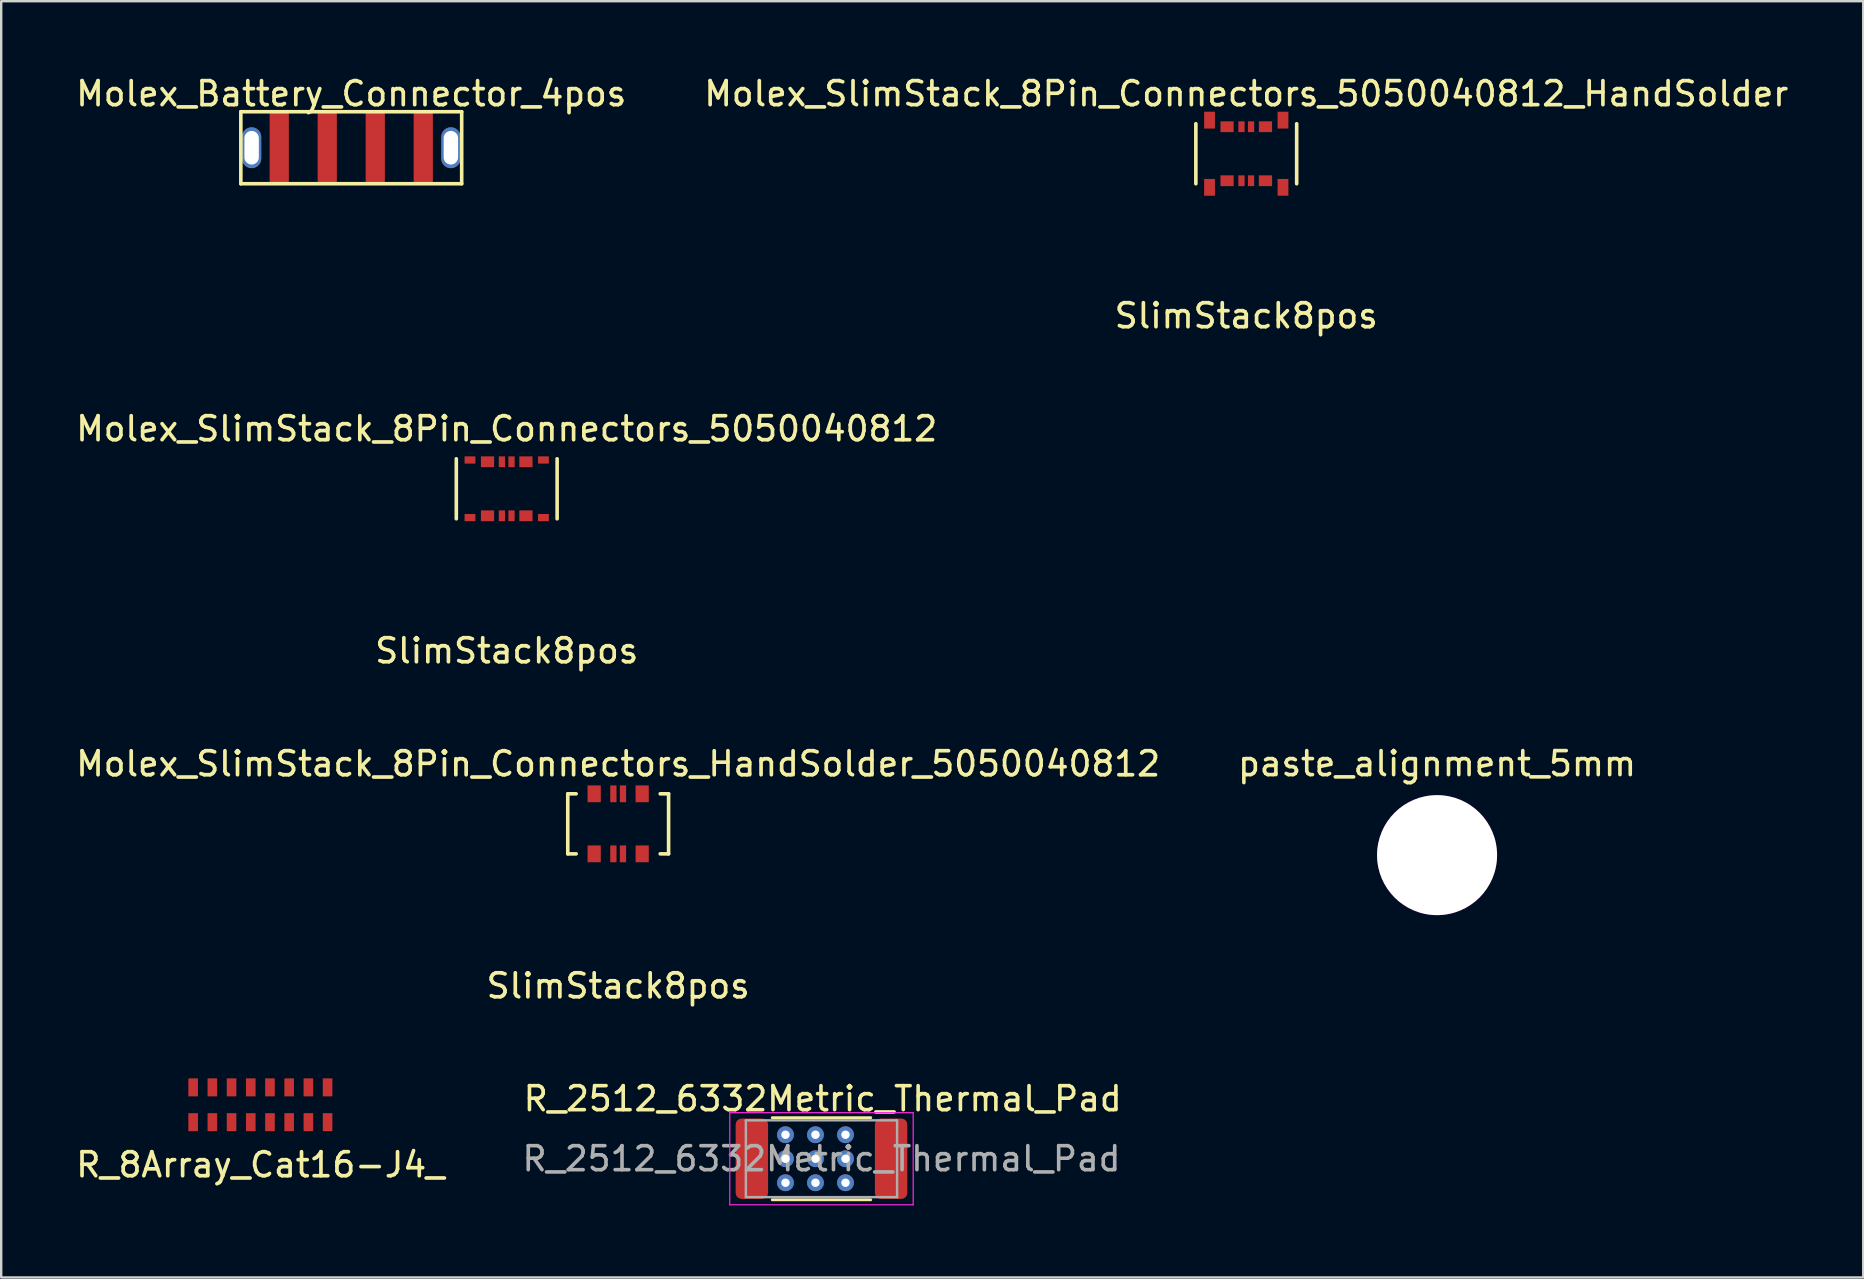
<source format=kicad_pcb>
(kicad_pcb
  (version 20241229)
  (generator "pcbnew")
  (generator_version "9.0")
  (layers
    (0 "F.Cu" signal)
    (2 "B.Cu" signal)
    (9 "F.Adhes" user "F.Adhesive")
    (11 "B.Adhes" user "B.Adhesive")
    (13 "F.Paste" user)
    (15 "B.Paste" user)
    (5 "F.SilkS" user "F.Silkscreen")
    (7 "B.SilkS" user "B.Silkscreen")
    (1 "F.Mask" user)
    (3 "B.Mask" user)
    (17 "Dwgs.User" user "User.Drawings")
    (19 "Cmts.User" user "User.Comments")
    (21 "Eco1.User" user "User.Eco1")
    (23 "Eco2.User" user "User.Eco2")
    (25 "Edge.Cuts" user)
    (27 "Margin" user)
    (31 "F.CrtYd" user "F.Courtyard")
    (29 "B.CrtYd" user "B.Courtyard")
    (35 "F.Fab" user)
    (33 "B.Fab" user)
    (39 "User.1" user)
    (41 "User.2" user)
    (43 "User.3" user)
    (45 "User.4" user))
  (footprint "Molex_Battery_Connector_4pos"
    (layer "F.Cu")
    (at 11.582 3.104)
    (property "Reference" "Molex_Battery_Connector_4pos" (at 0 -2.25 0) (layer "F.SilkS") (effects (font (size 1 1) (thickness 0.153))))
    (attr through_hole)
    (fp_line (start -4.6 -1.5) (end -4.6 1.5) (stroke (width 0.15) (type solid)) (layer "F.SilkS"))
    (fp_line (start -4.6 1.5) (end 4.6 1.5) (stroke (width 0.15) (type solid)) (layer "F.SilkS"))
    (fp_line (start 4.6 -1.5) (end -4.6 -1.5) (stroke (width 0.15) (type solid)) (layer "F.SilkS"))
    (fp_line (start 4.6 1.5) (end 4.6 -1.5) (stroke (width 0.15) (type solid)) (layer "F.SilkS"))
    (pad "1" smd rect (at -3 0) (size 0.8 2.9) (layers "F.Cu" "F.Mask" "F.Paste"))
    (pad "2" smd rect (at -1 0) (size 0.8 2.9) (layers "F.Cu" "F.Mask" "F.Paste"))
    (pad "3" smd rect (at 1 0) (size 0.8 2.9) (layers "F.Cu" "F.Mask" "F.Paste"))
    (pad "4" smd rect (at 3 0) (size 0.8 2.9) (layers "F.Cu" "F.Mask" "F.Paste"))
    (pad "6" thru_hole oval (at -4.15 0 90) (size 1.7 0.8) (drill oval 1.4 0.6) (layers "*.Cu" "*.Mask"))
    (pad "6" thru_hole oval (at 4.15 0 90) (size 1.7 0.8) (drill oval 1.4 0.6) (layers "*.Cu" "*.Mask")))
  (footprint "Molex_SlimStack_8Pin_Connectors_5050040812_HandSolder"
    (layer "F.Cu")
    (at 48.865 3.354)
    (property "Reference" "Molex_SlimStack_8Pin_Connectors_5050040812_HandSolder" (at 0 -2.5 0) (layer "F.SilkS") (effects (font (size 1 1) (thickness 0.153))))
    (attr through_hole)
    (fp_line (start -2.1 1.25) (end -2.1 -1.25) (stroke (width 0.15) (type solid)) (layer "F.SilkS"))
    (fp_line (start 2.1 -1.25) (end 2.1 1.25) (stroke (width 0.15) (type solid)) (layer "F.SilkS"))
    (fp_text user "SlimStack8pos" (at 0 6.75 0) (layer "F.SilkS") (effects (font (size 1 1) (thickness 0.153))))
    (pad "1" smd rect (at -0.8 1.125) (size 0.55 0.45) (layers "F.Cu" "F.Mask" "F.Paste"))
    (pad "2" smd rect (at -0.2 1.125) (size 0.26 0.45) (layers "F.Cu" "F.Mask" "F.Paste"))
    (pad "3" smd rect (at 0.2 1.125) (size 0.26 0.45) (layers "F.Cu" "F.Mask" "F.Paste"))
    (pad "4" smd rect (at 0.8 1.125) (size 0.55 0.45) (layers "F.Cu" "F.Mask" "F.Paste"))
    (pad "5" smd rect (at 0.8 -1.125) (size 0.55 0.45) (layers "F.Cu" "F.Mask" "F.Paste"))
    (pad "6" smd rect (at 0.2 -1.125) (size 0.26 0.45) (layers "F.Cu" "F.Mask" "F.Paste"))
    (pad "7" smd rect (at -0.2 -1.125) (size 0.26 0.45) (layers "F.Cu" "F.Mask" "F.Paste"))
    (pad "8" smd rect (at -0.8 -1.125) (size 0.55 0.45) (layers "F.Cu" "F.Mask" "F.Paste"))
    (pad "9" smd rect (at -1.53 -1.4) (size 0.45 0.7) (layers "F.Cu" "F.Mask" "F.Paste"))
    (pad "9" smd rect (at -1.53 1.4) (size 0.45 0.7) (layers "F.Cu" "F.Mask" "F.Paste"))
    (pad "9" smd rect (at 1.53 -1.4) (size 0.45 0.7) (layers "F.Cu" "F.Mask" "F.Paste"))
    (pad "9" smd rect (at 1.53 1.4) (size 0.45 0.7) (layers "F.Cu" "F.Mask" "F.Paste")))
  (footprint "R_8Array_Cat16-J4_"
    (layer "F.Cu")
    (at 7.796 42.971)
    (property "Reference" "R_8Array_Cat16-J4_" (at 0 2.5 0) (layer "F.SilkS") (effects (font (size 1 1) (thickness 0.153))))
    (attr through_hole)
    (pad "1" smd rect (at -2.8 -0.725) (size 0.4 0.75) (layers "F.Cu" "F.Mask" "F.Paste"))
    (pad "2" smd rect (at -2 -0.725) (size 0.4 0.75) (layers "F.Cu" "F.Mask" "F.Paste"))
    (pad "3" smd rect (at -1.2 -0.725) (size 0.4 0.75) (layers "F.Cu" "F.Mask" "F.Paste"))
    (pad "4" smd rect (at -0.4 -0.725) (size 0.4 0.75) (layers "F.Cu" "F.Mask" "F.Paste"))
    (pad "5" smd rect (at 0.4 -0.725) (size 0.4 0.75) (layers "F.Cu" "F.Mask" "F.Paste"))
    (pad "6" smd rect (at 1.2 -0.725) (size 0.4 0.75) (layers "F.Cu" "F.Mask" "F.Paste"))
    (pad "7" smd rect (at 2 -0.725) (size 0.4 0.75) (layers "F.Cu" "F.Mask" "F.Paste"))
    (pad "8" smd rect (at 2.8 -0.725) (size 0.4 0.75) (layers "F.Cu" "F.Mask" "F.Paste"))
    (pad "9" smd rect (at 2.8 0.725) (size 0.4 0.75) (layers "F.Cu" "F.Mask" "F.Paste"))
    (pad "10" smd rect (at 2 0.725) (size 0.4 0.75) (layers "F.Cu" "F.Mask" "F.Paste"))
    (pad "11" smd rect (at 1.2 0.725) (size 0.4 0.75) (layers "F.Cu" "F.Mask" "F.Paste"))
    (pad "12" smd rect (at 0.4 0.725) (size 0.4 0.75) (layers "F.Cu" "F.Mask" "F.Paste"))
    (pad "13" smd rect (at -0.4 0.725) (size 0.4 0.75) (layers "F.Cu" "F.Mask" "F.Paste"))
    (pad "14" smd rect (at -1.2 0.725) (size 0.4 0.75) (layers "F.Cu" "F.Mask" "F.Paste"))
    (pad "15" smd rect (at -2 0.725) (size 0.4 0.75) (layers "F.Cu" "F.Mask" "F.Paste"))
    (pad "16" smd rect (at -2.8 0.725) (size 0.4 0.75) (layers "F.Cu" "F.Mask" "F.Paste")))
  (footprint "paste_alignment_5mm"
    (layer "F.Cu")
    (at 56.813 32.572)
    (property "Reference" "paste_alignment_5mm" (at 0 -3.81 0) (layer "F.SilkS") (effects (font (size 1 1) (thickness 0.15))))
    (attr through_hole)
    (pad "" np_thru_hole circle (at 0 0) (size 5 5) (drill 5) (layers "*.Cu" "*.Adhes" "*.Paste" "*.Mask")))
  (footprint "Molex_SlimStack_8Pin_Connectors_5050040812"
    (layer "F.Cu")
    (at 18.058 17.311)
    (property "Reference" "Molex_SlimStack_8Pin_Connectors_5050040812" (at 0 -2.5 0) (layer "F.SilkS") (effects (font (size 1 1) (thickness 0.153))))
    (attr through_hole)
    (fp_line (start -2.1 1.25) (end -2.1 -1.25) (stroke (width 0.15) (type solid)) (layer "F.SilkS"))
    (fp_line (start 2.1 -1.25) (end 2.1 1.25) (stroke (width 0.15) (type solid)) (layer "F.SilkS"))
    (fp_text user "SlimStack8pos" (at 0 6.75 0) (layer "F.SilkS") (effects (font (size 1 1) (thickness 0.153))))
    (pad "1" smd rect (at -0.8 1.125) (size 0.55 0.45) (layers "F.Cu" "F.Mask" "F.Paste"))
    (pad "2" smd rect (at -0.2 1.125) (size 0.26 0.45) (layers "F.Cu" "F.Mask" "F.Paste"))
    (pad "3" smd rect (at 0.2 1.125) (size 0.26 0.45) (layers "F.Cu" "F.Mask" "F.Paste"))
    (pad "4" smd rect (at 0.8 1.125) (size 0.55 0.45) (layers "F.Cu" "F.Mask" "F.Paste"))
    (pad "5" smd rect (at 0.8 -1.125) (size 0.55 0.45) (layers "F.Cu" "F.Mask" "F.Paste"))
    (pad "6" smd rect (at 0.2 -1.125) (size 0.26 0.45) (layers "F.Cu" "F.Mask" "F.Paste"))
    (pad "7" smd rect (at -0.2 -1.125) (size 0.26 0.45) (layers "F.Cu" "F.Mask" "F.Paste"))
    (pad "8" smd rect (at -0.8 -1.125) (size 0.55 0.45) (layers "F.Cu" "F.Mask" "F.Paste"))
    (pad "9" smd rect (at -1.53 -1.2) (size 0.45 0.3) (layers "F.Cu" "F.Mask" "F.Paste"))
    (pad "9" smd rect (at -1.53 1.2) (size 0.45 0.3) (layers "F.Cu" "F.Mask" "F.Paste"))
    (pad "9" smd rect (at 1.53 -1.2) (size 0.45 0.3) (layers "F.Cu" "F.Mask" "F.Paste"))
    (pad "9" smd rect (at 1.53 1.2) (size 0.45 0.3) (layers "F.Cu" "F.Mask" "F.Paste")))
  (footprint "Molex_SlimStack_8Pin_Connectors_HandSolder_5050040812"
    (layer "F.Cu")
    (at 22.701 31.268)
    (property "Reference" "Molex_SlimStack_8Pin_Connectors_HandSolder_5050040812" (at 0 -2.5 0) (layer "F.SilkS") (effects (font (size 1 1) (thickness 0.153))))
    (attr through_hole)
    (fp_line (start -2.1 -1.25) (end -1.75 -1.25) (stroke (width 0.15) (type solid)) (layer "F.SilkS"))
    (fp_line (start -2.1 1.25) (end -2.1 -1.25) (stroke (width 0.15) (type solid)) (layer "F.SilkS"))
    (fp_line (start -2.1 1.25) (end -1.75 1.25) (stroke (width 0.15) (type solid)) (layer "F.SilkS"))
    (fp_line (start 1.75 -1.25) (end 2.1 -1.25) (stroke (width 0.15) (type solid)) (layer "F.SilkS"))
    (fp_line (start 2.1 -1.25) (end 2.1 1.25) (stroke (width 0.15) (type solid)) (layer "F.SilkS"))
    (fp_line (start 2.1 1.25) (end 1.75 1.25) (stroke (width 0.15) (type solid)) (layer "F.SilkS"))
    (fp_text user "SlimStack8pos" (at 0 6.75 0) (layer "F.SilkS") (effects (font (size 1 1) (thickness 0.153))))
    (pad "1" smd rect (at -0.2 -1.25) (size 0.26 0.7) (layers "F.Cu" "F.Mask" "F.Paste"))
    (pad "2" smd rect (at 0.2 -1.25) (size 0.26 0.7) (layers "F.Cu" "F.Mask" "F.Paste"))
    (pad "3" smd rect (at -0.2 1.25) (size 0.26 0.7) (layers "F.Cu" "F.Mask" "F.Paste"))
    (pad "4" smd rect (at 0.2 1.25) (size 0.26 0.7) (layers "F.Cu" "F.Mask" "F.Paste"))
    (pad "5" smd rect (at -1 -1.25) (size 0.55 0.7) (layers "F.Cu" "F.Mask" "F.Paste"))
    (pad "5" smd rect (at -1 1.25) (size 0.55 0.7) (layers "F.Cu" "F.Mask" "F.Paste"))
    (pad "5" smd rect (at 1 -1.25) (size 0.55 0.7) (layers "F.Cu" "F.Mask" "F.Paste"))
    (pad "5" smd rect (at 1 1.25) (size 0.55 0.7) (layers "F.Cu" "F.Mask" "F.Paste")))
  (footprint "R_2512_6332Metric_Thermal_Pad"
    (layer "F.Cu")
    (at 31.17 45.219)
    (property "Reference" "R_2512_6332Metric_Thermal_Pad" (at 0.05 -2.5 180) (layer "F.SilkS") (effects (font (size 1 1) (thickness 0.15))))
    (attr smd)
    (fp_line (start -2.052 -1.71) (end 2.052 -1.71) (stroke (width 0.12) (type solid)) (layer "F.SilkS"))
    (fp_line (start -2.052 1.71) (end 2.052 1.71) (stroke (width 0.12) (type solid)) (layer "F.SilkS"))
    (fp_line (start -3.82 -1.92) (end 3.82 -1.92) (stroke (width 0.05) (type solid)) (layer "F.CrtYd"))
    (fp_line (start -3.82 1.92) (end -3.82 -1.92) (stroke (width 0.05) (type solid)) (layer "F.CrtYd"))
    (fp_line (start 3.82 -1.92) (end 3.82 1.92) (stroke (width 0.05) (type solid)) (layer "F.CrtYd"))
    (fp_line (start 3.82 1.92) (end -3.82 1.92) (stroke (width 0.05) (type solid)) (layer "F.CrtYd"))
    (fp_line (start -3.15 -1.6) (end 3.15 -1.6) (stroke (width 0.1) (type solid)) (layer "F.Fab"))
    (fp_line (start -3.15 1.6) (end -3.15 -1.6) (stroke (width 0.1) (type solid)) (layer "F.Fab"))
    (fp_line (start 3.15 -1.6) (end 3.15 1.6) (stroke (width 0.1) (type solid)) (layer "F.Fab"))
    (fp_line (start 3.15 1.6) (end -3.15 1.6) (stroke (width 0.1) (type solid)) (layer "F.Fab"))
    (fp_text user "${REFERENCE}" (at 0 0 0) (layer "F.Fab") (effects (font (size 1 1) (thickness 0.15))))
    (pad "1" smd roundrect (at -2.9 0) (size 1.35 3.35) (layers "F.Cu" "F.Mask" "F.Paste") (roundrect_rratio 0.185))
    (pad "1" thru_hole circle (at -1.5 -1) (size 0.7 0.7) (drill 0.35) (layers "*.Cu" "*.Mask"))
    (pad "1" thru_hole circle (at -1.5 0) (size 0.7 0.7) (drill 0.35) (layers "*.Cu" "*.Mask"))
    (pad "1" thru_hole circle (at -1.5 1) (size 0.7 0.7) (drill 0.35) (layers "*.Cu" "*.Mask"))
    (pad "1" thru_hole circle (at -0.25 -1) (size 0.7 0.7) (drill 0.35) (layers "*.Cu" "*.Mask"))
    (pad "1" thru_hole circle (at -0.25 0) (size 0.7 0.7) (drill 0.35) (layers "*.Cu" "*.Mask"))
    (pad "1" thru_hole circle (at -0.25 1) (size 0.7 0.7) (drill 0.35) (layers "*.Cu" "*.Mask"))
    (pad "1" thru_hole circle (at 1 -1) (size 0.7 0.7) (drill 0.35) (layers "*.Cu" "*.Mask"))
    (pad "1" thru_hole circle (at 1 0) (size 0.7 0.7) (drill 0.35) (layers "*.Cu" "*.Mask"))
    (pad "1" thru_hole circle (at 1 1) (size 0.7 0.7) (drill 0.35) (layers "*.Cu" "*.Mask"))
    (pad "2" smd roundrect (at 2.9 0) (size 1.35 3.35) (layers "F.Cu" "F.Mask" "F.Paste") (roundrect_rratio 0.185)))
  (gr_rect
    (start -3 -3)
    (end 74.566 50.164)
    (stroke (width 0.1) (type default))
    (fill no)
    (layer "Edge.Cuts")))
</source>
